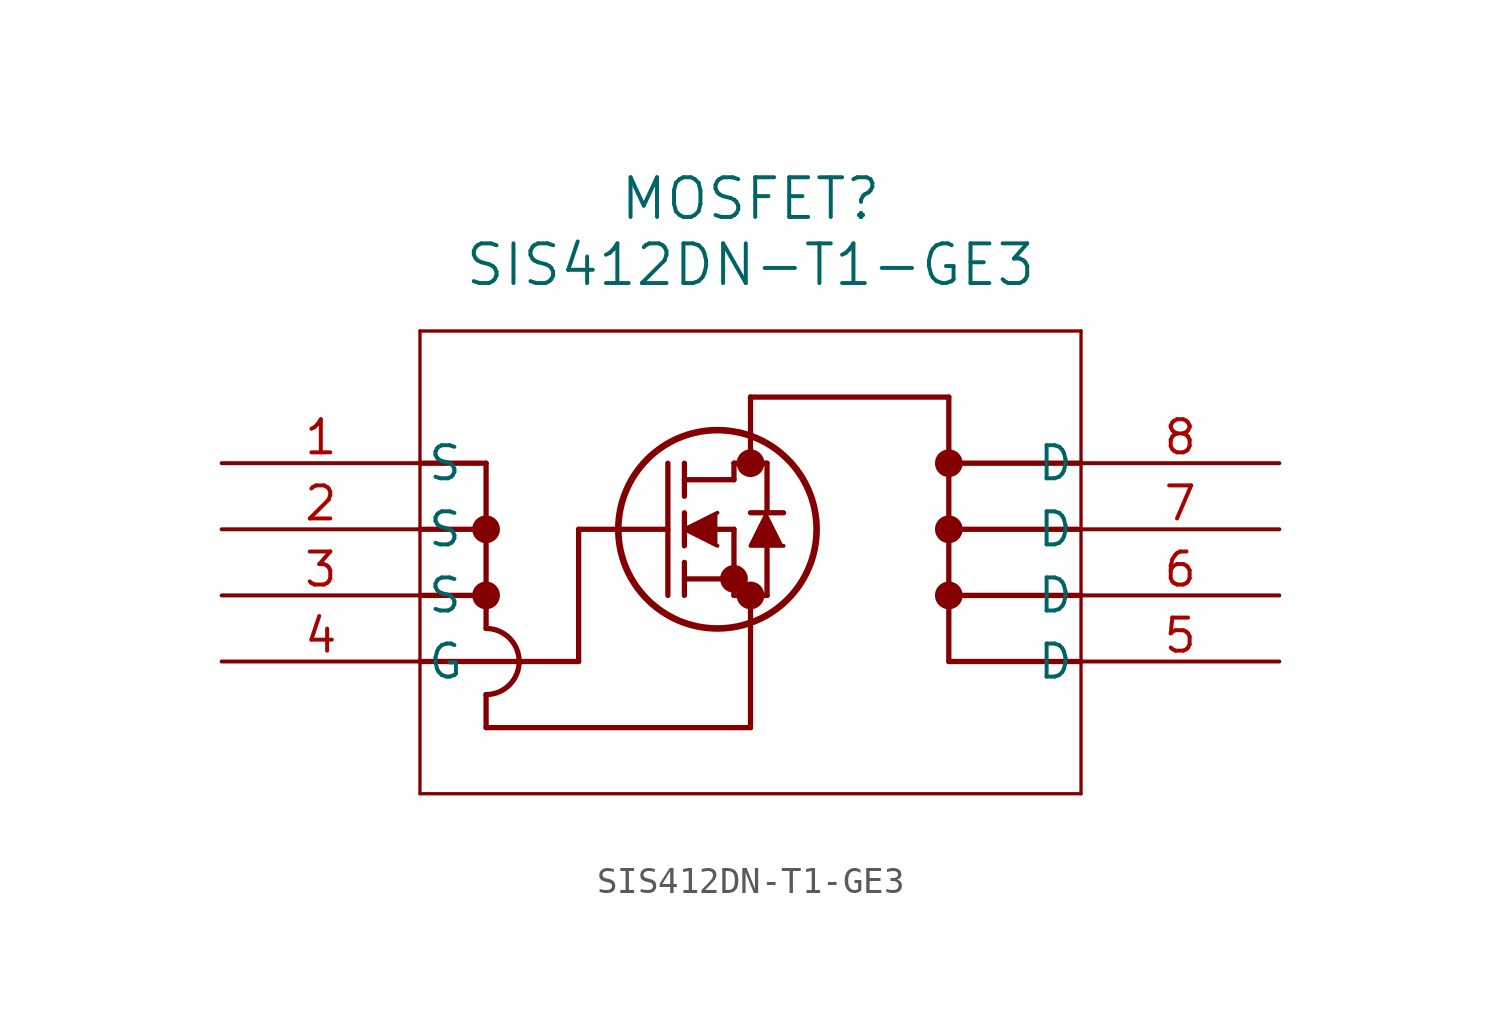
<source format=kicad_sym>
(kicad_symbol_lib
  (version 20211014)
  (generator kicad_symbol_editor)
  (symbol "SIS412DN-T1-GE3"
    (pin_names
      (offset 0.254))
    (property "Reference" "MOSFET"
      (at 20.32 10.16 0)
      (effects (font (size 1.524 1.524))))
    (property "Value" "SIS412DN-T1-GE3"
      (at 20.32 7.62 0)
      (effects (font (size 1.524 1.524))))
    (symbol "SIS412DN-T1-GE3_0_1"
      (polyline (pts (xy 7.62 5.08) (xy 7.62 -12.7)) (stroke (width 0.127) (type default) (color 0 0 0 0)) (fill (type none)))
      (polyline (pts (xy 7.62 -12.7) (xy 33.02 -12.7)) (stroke (width 0.127) (type default) (color 0 0 0 0)) (fill (type none)))
      (polyline (pts (xy 33.02 -12.7) (xy 33.02 5.08)) (stroke (width 0.127) (type default) (color 0 0 0 0)) (fill (type none)))
      (polyline (pts (xy 33.02 5.08) (xy 7.62 5.08)) (stroke (width 0.127) (type default) (color 0 0 0 0)) (fill (type none)))
      (circle (center 20.32 0) (radius 0.025) (stroke (width 0.508) (type default) (color 0 0 0 0)) (fill (type none)))
      (circle (center 20.32 -5.08) (radius 0.025) (stroke (width 0.508) (type default) (color 0 0 0 0)) (fill (type none)))
      (circle (center 19.685 -4.445) (radius 0.025) (stroke (width 0.508) (type default) (color 0 0 0 0)) (fill (type none)))
      (circle (center 19.05 -2.54) (radius 3.81) (stroke (width 0.254) (type default) (color 0 0 0 0)) (fill (type none)))
      (polyline (pts (xy 13.716 -2.54) (xy 17.145 -2.54)) (stroke (width 0.203) (type default) (color 0 0 0 0)) (fill (type none)))
      (polyline (pts (xy 17.145 -5.08) (xy 17.145 0)) (stroke (width 0.203) (type default) (color 0 0 0 0)) (fill (type none)))
      (polyline (pts (xy 17.78 -3.175) (xy 17.78 -1.905)) (stroke (width 0.203) (type default) (color 0 0 0 0)) (fill (type none)))
      (polyline (pts (xy 17.78 -5.08) (xy 17.78 -3.81)) (stroke (width 0.203) (type default) (color 0 0 0 0)) (fill (type none)))
      (polyline (pts (xy 17.78 -1.27) (xy 17.78 0)) (stroke (width 0.203) (type default) (color 0 0 0 0)) (fill (type none)))
      (polyline (pts (xy 19.05 -2.54) (xy 19.685 -2.54)) (stroke (width 0.203) (type default) (color 0 0 0 0)) (fill (type none)))
      (polyline (pts (xy 17.78 -4.445) (xy 19.685 -4.445)) (stroke (width 0.203) (type default) (color 0 0 0 0)) (fill (type none)))
      (polyline (pts (xy 19.685 -5.08) (xy 19.685 -2.54)) (stroke (width 0.203) (type default) (color 0 0 0 0)) (fill (type none)))
      (polyline (pts (xy 19.685 -5.08) (xy 20.955 -5.08)) (stroke (width 0.203) (type default) (color 0 0 0 0)) (fill (type none)))
      (polyline (pts (xy 17.78 -0.635) (xy 19.685 -0.635)) (stroke (width 0.203) (type default) (color 0 0 0 0)) (fill (type none)))
      (polyline (pts (xy 20.955 -1.905) (xy 20.955 0)) (stroke (width 0.203) (type default) (color 0 0 0 0)) (fill (type none)))
      (polyline (pts (xy 20.955 -5.08) (xy 20.955 -3.175)) (stroke (width 0.203) (type default) (color 0 0 0 0)) (fill (type none)))
      (polyline (pts (xy 21.59 -1.905) (xy 20.32 -1.905)) (stroke (width 0.203) (type default) (color 0 0 0 0)) (fill (type none)))
      (polyline (pts (xy 19.685 0) (xy 20.955 0)) (stroke (width 0.203) (type default) (color 0 0 0 0)) (fill (type none)))
      (polyline (pts (xy 19.685 -0.635) (xy 19.685 0)) (stroke (width 0.203) (type default) (color 0 0 0 0)) (fill (type none)))
      (polyline (pts (xy 13.716 -7.62) (xy 13.716 -2.54)) (stroke (width 0.203) (type default) (color 0 0 0 0)) (fill (type none)))
      (polyline (pts (xy 21.59 -3.175) (xy 20.32 -3.175) (xy 20.955 -1.905)) (stroke (width 0) (type default) (color 0 0 0 0)) (fill (type outline)))
      (polyline (pts (xy 7.62 -7.62) (xy 13.716 -7.62)) (stroke (width 0.203) (type default) (color 0 0 0 0)) (fill (type none)))
      (polyline (pts (xy 19.05 -1.905) (xy 17.78 -2.54) (xy 19.05 -3.175)) (stroke (width 0) (type default) (color 0 0 0 0)) (fill (type outline)))
      (polyline (pts (xy 20.32 -10.16) (xy 20.32 -5.08)) (stroke (width 0.203) (type default) (color 0 0 0 0)) (fill (type none)))
      (polyline (pts (xy 20.32 -10.16) (xy 10.16 -10.16)) (stroke (width 0.203) (type default) (color 0 0 0 0)) (fill (type none)))
      (polyline (pts (xy 10.16 0) (xy 7.62 0)) (stroke (width 0.203) (type default) (color 0 0 0 0)) (fill (type none)))
      (polyline (pts (xy 10.16 -2.54) (xy 7.62 -2.54)) (stroke (width 0.203) (type default) (color 0 0 0 0)) (fill (type none)))
      (polyline (pts (xy 10.16 -5.08) (xy 7.62 -5.08)) (stroke (width 0.203) (type default) (color 0 0 0 0)) (fill (type none)))
      (polyline (pts (xy 10.16 -6.35) (xy 10.16 0)) (stroke (width 0.203) (type default) (color 0 0 0 0)) (fill (type none)))
      (polyline (pts (xy 20.32 0) (xy 20.32 2.54)) (stroke (width 0.203) (type default) (color 0 0 0 0)) (fill (type none)))
      (polyline (pts (xy 27.94 2.54) (xy 20.32 2.54)) (stroke (width 0.203) (type default) (color 0 0 0 0)) (fill (type none)))
      (polyline (pts (xy 27.94 -7.62) (xy 33.02 -7.62)) (stroke (width 0.203) (type default) (color 0 0 0 0)) (fill (type none)))
      (polyline (pts (xy 27.94 -7.62) (xy 27.94 2.54)) (stroke (width 0.203) (type default) (color 0 0 0 0)) (fill (type none)))
      (polyline (pts (xy 27.94 -5.08) (xy 33.02 -5.08)) (stroke (width 0.203) (type default) (color 0 0 0 0)) (fill (type none)))
      (polyline (pts (xy 27.94 -2.54) (xy 33.02 -2.54)) (stroke (width 0.203) (type default) (color 0 0 0 0)) (fill (type none)))
      (polyline (pts (xy 27.94 0) (xy 33.02 0)) (stroke (width 0.203) (type default) (color 0 0 0 0)) (fill (type none)))
      (circle (center 27.94 0) (radius 0.025) (stroke (width 0.508) (type default) (color 0 0 0 0)) (fill (type none)))
      (circle (center 27.94 -2.54) (radius 0.025) (stroke (width 0.508) (type default) (color 0 0 0 0)) (fill (type none)))
      (circle (center 27.94 -5.08) (radius 0.025) (stroke (width 0.508) (type default) (color 0 0 0 0)) (fill (type none)))
      (circle (center 10.16 -2.54) (radius 0.025) (stroke (width 0.508) (type default) (color 0 0 0 0)) (fill (type none)))
      (circle (center 10.16 -5.08) (radius 0.025) (stroke (width 0.508) (type default) (color 0 0 0 0)) (fill (type none)))
      (polyline (pts (xy 10.16 -10.16) (xy 10.16 -8.89)) (stroke (width 0.203) (type default) (color 0 0 0 0)) (fill (type none)))
      (arc (start 10.16 -8.89) (mid 11.43 -7.62) (end 10.16 -6.35) (stroke (width 0.2032) (type default) (color 0 0 0 0)) (fill (type none)))
      (pin unspecified line (at 0 0 0) (length 7.62) (name "S" (effects (font (size 1.27 1.27)))) (number "1" (effects (font (size 1.27 1.27)))))
      (pin unspecified line (at 0 -2.54 0) (length 7.62) (name "S" (effects (font (size 1.27 1.27)))) (number "2" (effects (font (size 1.27 1.27)))))
      (pin unspecified line (at 0 -5.08 0) (length 7.62) (name "S" (effects (font (size 1.27 1.27)))) (number "3" (effects (font (size 1.27 1.27)))))
      (pin unspecified line (at 0 -7.62 0) (length 7.62) (name "G" (effects (font (size 1.27 1.27)))) (number "4" (effects (font (size 1.27 1.27)))))
      (pin unspecified line (at 40.64 -7.62 180) (length 7.62) (name "D" (effects (font (size 1.27 1.27)))) (number "5" (effects (font (size 1.27 1.27)))))
      (pin unspecified line (at 40.64 -5.08 180) (length 7.62) (name "D" (effects (font (size 1.27 1.27)))) (number "6" (effects (font (size 1.27 1.27)))))
      (pin unspecified line (at 40.64 -2.54 180) (length 7.62) (name "D" (effects (font (size 1.27 1.27)))) (number "7" (effects (font (size 1.27 1.27)))))
      (pin unspecified line (at 40.64 0 180) (length 7.62) (name "D" (effects (font (size 1.27 1.27)))) (number "8" (effects (font (size 1.27 1.27))))))))
</source>
